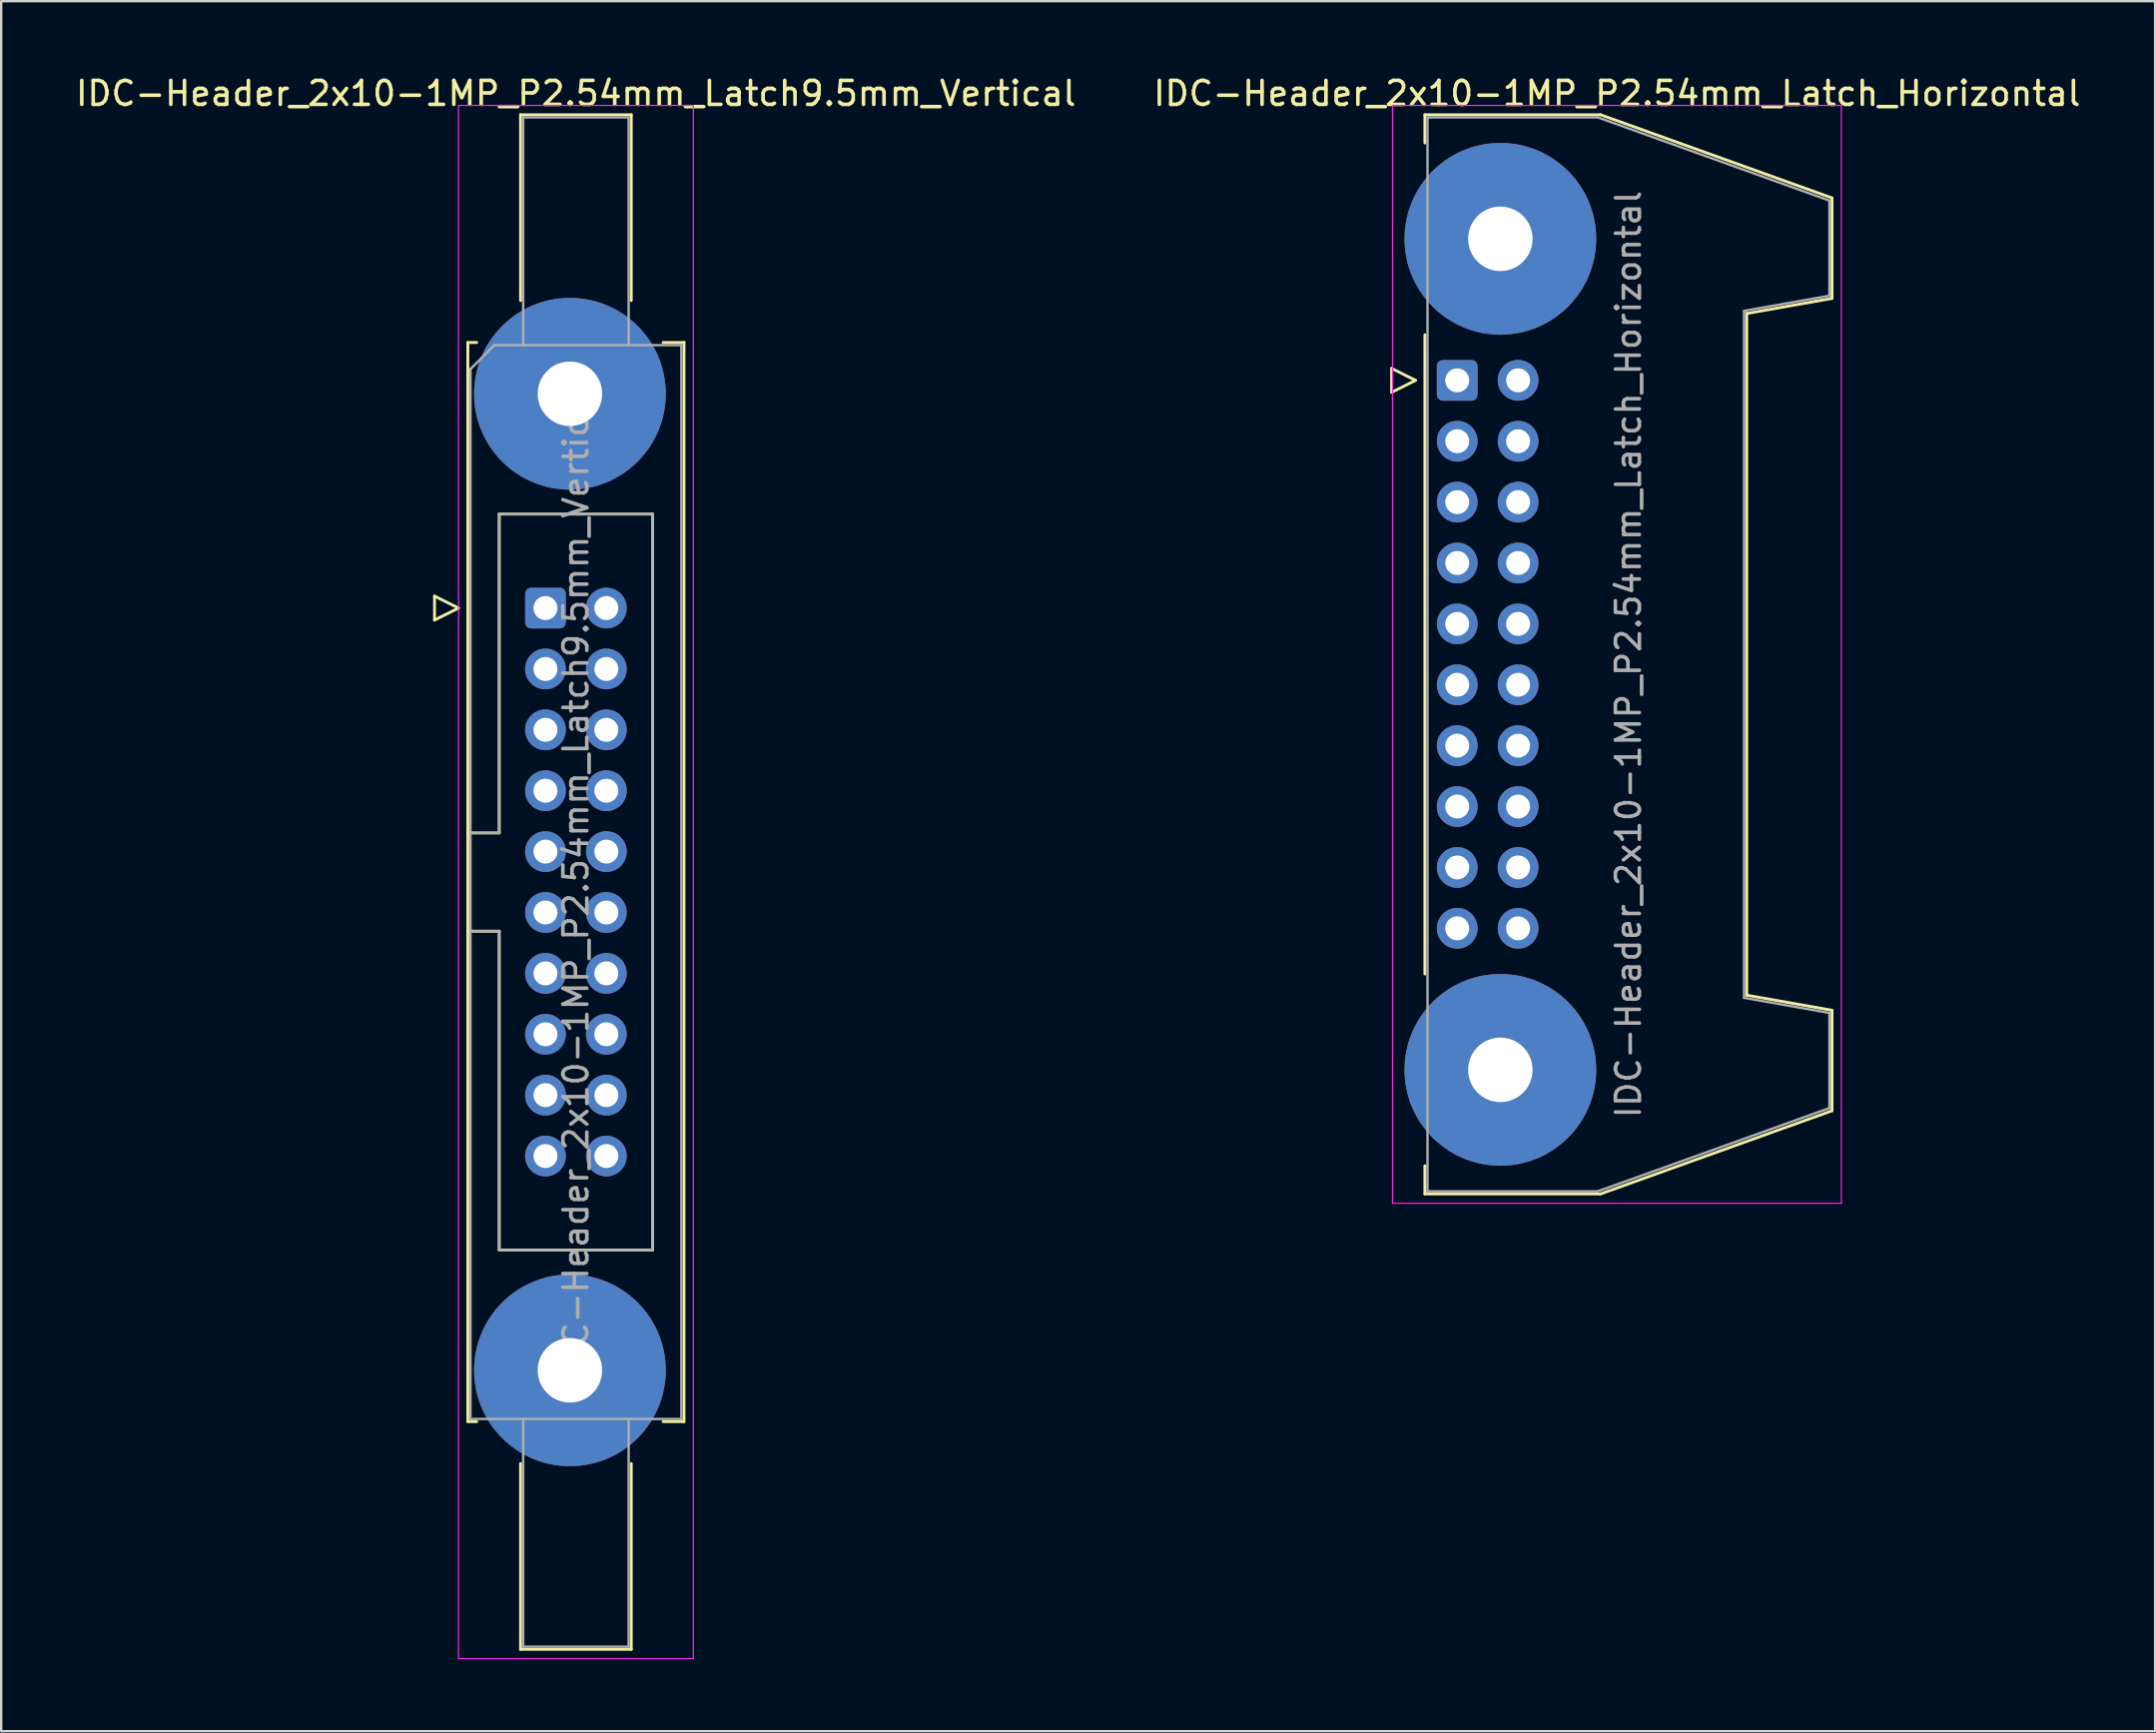
<source format=kicad_pcb>
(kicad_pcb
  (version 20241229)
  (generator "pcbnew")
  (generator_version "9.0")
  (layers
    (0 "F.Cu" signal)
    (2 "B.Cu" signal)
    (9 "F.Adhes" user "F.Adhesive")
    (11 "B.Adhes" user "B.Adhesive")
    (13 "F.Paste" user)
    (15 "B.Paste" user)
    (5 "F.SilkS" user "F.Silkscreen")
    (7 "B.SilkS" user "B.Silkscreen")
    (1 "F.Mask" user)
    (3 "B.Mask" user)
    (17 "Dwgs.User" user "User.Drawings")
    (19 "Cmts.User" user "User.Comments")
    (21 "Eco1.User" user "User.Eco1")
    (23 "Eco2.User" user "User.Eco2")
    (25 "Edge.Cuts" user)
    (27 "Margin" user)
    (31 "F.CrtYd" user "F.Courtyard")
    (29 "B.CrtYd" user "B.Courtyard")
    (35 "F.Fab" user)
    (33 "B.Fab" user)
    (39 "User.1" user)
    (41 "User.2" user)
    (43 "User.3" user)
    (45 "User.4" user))
  (footprint "IDC-Header_2x10-1MP_P2.54mm_Latch_Horizontal"
    (layer "F.Cu")
    (at 57.758 12.818)
    (property "Reference" "IDC-Header_2x10-1MP_P2.54mm_Latch_Horizontal" (at 6.665 -11.97 0) (layer "F.SilkS") (effects (font (size 1 1) (thickness 0.15))))
    (attr through_hole)
    (fp_line (start -2.74 -0.5) (end -2.74 0.5) (stroke (width 0.12) (type solid)) (layer "F.SilkS"))
    (fp_line (start -2.74 0.5) (end -1.74 0) (stroke (width 0.12) (type solid)) (layer "F.SilkS"))
    (fp_line (start -1.74 0) (end -2.74 -0.5) (stroke (width 0.12) (type solid)) (layer "F.SilkS"))
    (fp_line (start -1.35 -11.08) (end -1.35 -9.905) (stroke (width 0.12) (type solid)) (layer "F.SilkS"))
    (fp_line (start -1.35 -11.08) (end 5.98 -11.08) (stroke (width 0.12) (type solid)) (layer "F.SilkS"))
    (fp_line (start -1.35 -1.905) (end -1.35 24.765) (stroke (width 0.12) (type solid)) (layer "F.SilkS"))
    (fp_line (start -1.35 32.765) (end -1.35 33.94) (stroke (width 0.12) (type solid)) (layer "F.SilkS"))
    (fp_line (start 5.98 -11.08) (end 15.64 -7.61) (stroke (width 0.12) (type solid)) (layer "F.SilkS"))
    (fp_line (start 5.98 33.94) (end -1.35 33.94) (stroke (width 0.12) (type solid)) (layer "F.SilkS"))
    (fp_line (start 12.08 -2.79) (end 12.08 25.65) (stroke (width 0.12) (type solid)) (layer "F.SilkS"))
    (fp_line (start 12.08 25.65) (end 15.64 26.28) (stroke (width 0.12) (type solid)) (layer "F.SilkS"))
    (fp_line (start 15.64 -7.61) (end 15.64 -3.42) (stroke (width 0.12) (type solid)) (layer "F.SilkS"))
    (fp_line (start 15.64 -3.42) (end 12.08 -2.79) (stroke (width 0.12) (type solid)) (layer "F.SilkS"))
    (fp_line (start 15.64 26.28) (end 15.64 30.47) (stroke (width 0.12) (type solid)) (layer "F.SilkS"))
    (fp_line (start 15.64 30.47) (end 5.98 33.94) (stroke (width 0.12) (type solid)) (layer "F.SilkS"))
    (fp_line (start -2.7 -11.47) (end -2.7 34.33) (stroke (width 0.05) (type solid)) (layer "F.CrtYd"))
    (fp_line (start -2.7 34.33) (end 16.03 34.33) (stroke (width 0.05) (type solid)) (layer "F.CrtYd"))
    (fp_line (start 16.03 -11.47) (end -2.7 -11.47) (stroke (width 0.05) (type solid)) (layer "F.CrtYd"))
    (fp_line (start 16.03 34.33) (end 16.03 -11.47) (stroke (width 0.05) (type solid)) (layer "F.CrtYd"))
    (fp_line (start -1.24 -10.97) (end 5.87 -10.97) (stroke (width 0.1) (type solid)) (layer "F.Fab"))
    (fp_line (start -1.24 33.83) (end -1.24 -10.97) (stroke (width 0.1) (type solid)) (layer "F.Fab"))
    (fp_line (start 5.87 -10.97) (end 15.53 -7.5) (stroke (width 0.1) (type solid)) (layer "F.Fab"))
    (fp_line (start 5.87 33.83) (end -1.24 33.83) (stroke (width 0.1) (type solid)) (layer "F.Fab"))
    (fp_line (start 11.97 -2.9) (end 11.97 25.76) (stroke (width 0.1) (type solid)) (layer "F.Fab"))
    (fp_line (start 11.97 25.76) (end 15.53 26.39) (stroke (width 0.1) (type solid)) (layer "F.Fab"))
    (fp_line (start 15.53 -7.5) (end 15.53 -3.53) (stroke (width 0.1) (type solid)) (layer "F.Fab"))
    (fp_line (start 15.53 -3.53) (end 11.97 -2.9) (stroke (width 0.1) (type solid)) (layer "F.Fab"))
    (fp_line (start 15.53 26.39) (end 15.53 30.36) (stroke (width 0.1) (type solid)) (layer "F.Fab"))
    (fp_line (start 15.53 30.36) (end 5.87 33.83) (stroke (width 0.1) (type solid)) (layer "F.Fab"))
    (fp_text user "${REFERENCE}" (at 7.145 11.43 90) (layer "F.Fab") (effects (font (size 1 1) (thickness 0.15))))
    (pad "1" thru_hole roundrect (at 0 0) (size 1.7 1.7) (drill 1) (layers "*.Cu" "*.Mask") (roundrect_rratio 0.147))
    (pad "2" thru_hole circle (at 2.54 0) (size 1.7 1.7) (drill 1) (layers "*.Cu" "*.Mask"))
    (pad "3" thru_hole circle (at 0 2.54) (size 1.7 1.7) (drill 1) (layers "*.Cu" "*.Mask"))
    (pad "4" thru_hole circle (at 2.54 2.54) (size 1.7 1.7) (drill 1) (layers "*.Cu" "*.Mask"))
    (pad "5" thru_hole circle (at 0 5.08) (size 1.7 1.7) (drill 1) (layers "*.Cu" "*.Mask"))
    (pad "6" thru_hole circle (at 2.54 5.08) (size 1.7 1.7) (drill 1) (layers "*.Cu" "*.Mask"))
    (pad "7" thru_hole circle (at 0 7.62) (size 1.7 1.7) (drill 1) (layers "*.Cu" "*.Mask"))
    (pad "8" thru_hole circle (at 2.54 7.62) (size 1.7 1.7) (drill 1) (layers "*.Cu" "*.Mask"))
    (pad "9" thru_hole circle (at 0 10.16) (size 1.7 1.7) (drill 1) (layers "*.Cu" "*.Mask"))
    (pad "10" thru_hole circle (at 2.54 10.16) (size 1.7 1.7) (drill 1) (layers "*.Cu" "*.Mask"))
    (pad "11" thru_hole circle (at 0 12.7) (size 1.7 1.7) (drill 1) (layers "*.Cu" "*.Mask"))
    (pad "12" thru_hole circle (at 2.54 12.7) (size 1.7 1.7) (drill 1) (layers "*.Cu" "*.Mask"))
    (pad "13" thru_hole circle (at 0 15.24) (size 1.7 1.7) (drill 1) (layers "*.Cu" "*.Mask"))
    (pad "14" thru_hole circle (at 2.54 15.24) (size 1.7 1.7) (drill 1) (layers "*.Cu" "*.Mask"))
    (pad "15" thru_hole circle (at 0 17.78) (size 1.7 1.7) (drill 1) (layers "*.Cu" "*.Mask"))
    (pad "16" thru_hole circle (at 2.54 17.78) (size 1.7 1.7) (drill 1) (layers "*.Cu" "*.Mask"))
    (pad "17" thru_hole circle (at 0 20.32) (size 1.7 1.7) (drill 1) (layers "*.Cu" "*.Mask"))
    (pad "18" thru_hole circle (at 2.54 20.32) (size 1.7 1.7) (drill 1) (layers "*.Cu" "*.Mask"))
    (pad "19" thru_hole circle (at 0 22.86) (size 1.7 1.7) (drill 1) (layers "*.Cu" "*.Mask"))
    (pad "20" thru_hole circle (at 2.54 22.86) (size 1.7 1.7) (drill 1) (layers "*.Cu" "*.Mask"))
    (pad "MP" thru_hole circle (at 1.8 -5.905) (size 8 8) (drill 2.69) (layers "*.Cu" "*.Mask"))
    (pad "MP" thru_hole circle (at 1.8 28.765) (size 8 8) (drill 2.69) (layers "*.Cu" "*.Mask")))
  (footprint "IDC-Header_2x10-1MP_P2.54mm_Latch9.5mm_Vertical"
    (layer "F.Cu")
    (at 19.712 22.318)
    (property "Reference" "IDC-Header_2x10-1MP_P2.54mm_Latch9.5mm_Vertical" (at 1.27 -21.47 0) (layer "F.SilkS") (effects (font (size 1 1) (thickness 0.15))))
    (attr through_hole)
    (fp_line (start -4.63 -0.5) (end -4.63 0.5) (stroke (width 0.12) (type solid)) (layer "F.SilkS"))
    (fp_line (start -4.63 0.5) (end -3.63 0) (stroke (width 0.12) (type solid)) (layer "F.SilkS"))
    (fp_line (start -3.63 0) (end -4.63 -0.5) (stroke (width 0.12) (type solid)) (layer "F.SilkS"))
    (fp_line (start -3.24 -11.08) (end -3.24 33.94) (stroke (width 0.12) (type solid)) (layer "F.SilkS"))
    (fp_line (start -3.24 9.38) (end -1.93 9.38) (stroke (width 0.12) (type solid)) (layer "F.SilkS"))
    (fp_line (start -3.24 33.94) (end -2.87 33.94) (stroke (width 0.12) (type solid)) (layer "F.SilkS"))
    (fp_line (start -2.87 -11.08) (end -3.24 -11.08) (stroke (width 0.12) (type solid)) (layer "F.SilkS"))
    (fp_line (start -1.93 -3.92) (end 4.47 -3.92) (stroke (width 0.12) (type solid)) (layer "F.SilkS"))
    (fp_line (start -1.93 9.38) (end -1.93 -3.92) (stroke (width 0.12) (type solid)) (layer "F.SilkS"))
    (fp_line (start -1.93 13.48) (end -3.24 13.48) (stroke (width 0.12) (type solid)) (layer "F.SilkS"))
    (fp_line (start -1.93 13.48) (end -1.93 13.48) (stroke (width 0.12) (type solid)) (layer "F.SilkS"))
    (fp_line (start -1.93 26.78) (end -1.93 13.48) (stroke (width 0.12) (type solid)) (layer "F.SilkS"))
    (fp_line (start -1.04 -20.58) (end 3.58 -20.58) (stroke (width 0.12) (type solid)) (layer "F.SilkS"))
    (fp_line (start -1.04 -12.83) (end -1.04 -20.58) (stroke (width 0.12) (type solid)) (layer "F.SilkS"))
    (fp_line (start -1.04 35.69) (end -1.04 43.44) (stroke (width 0.12) (type solid)) (layer "F.SilkS"))
    (fp_line (start -1.04 43.44) (end 3.58 43.44) (stroke (width 0.12) (type solid)) (layer "F.SilkS"))
    (fp_line (start 3.58 -20.58) (end 3.58 -12.83) (stroke (width 0.12) (type solid)) (layer "F.SilkS"))
    (fp_line (start 3.58 43.44) (end 3.58 35.69) (stroke (width 0.12) (type solid)) (layer "F.SilkS"))
    (fp_line (start 4.47 -3.92) (end 4.47 26.78) (stroke (width 0.12) (type solid)) (layer "F.SilkS"))
    (fp_line (start 4.47 26.78) (end -1.93 26.78) (stroke (width 0.12) (type solid)) (layer "F.SilkS"))
    (fp_line (start 4.91 -11.08) (end 5.78 -11.08) (stroke (width 0.12) (type solid)) (layer "F.SilkS"))
    (fp_line (start 5.78 -11.08) (end 5.78 33.94) (stroke (width 0.12) (type solid)) (layer "F.SilkS"))
    (fp_line (start 5.78 33.94) (end 4.91 33.94) (stroke (width 0.12) (type solid)) (layer "F.SilkS"))
    (fp_line (start -3.63 -20.97) (end -3.63 43.83) (stroke (width 0.05) (type solid)) (layer "F.CrtYd"))
    (fp_line (start -3.63 43.83) (end 6.17 43.83) (stroke (width 0.05) (type solid)) (layer "F.CrtYd"))
    (fp_line (start 6.17 -20.97) (end -3.63 -20.97) (stroke (width 0.05) (type solid)) (layer "F.CrtYd"))
    (fp_line (start 6.17 43.83) (end 6.17 -20.97) (stroke (width 0.05) (type solid)) (layer "F.CrtYd"))
    (fp_line (start -3.13 -9.97) (end -2.13 -10.97) (stroke (width 0.1) (type solid)) (layer "F.Fab"))
    (fp_line (start -3.13 9.38) (end -1.93 9.38) (stroke (width 0.1) (type solid)) (layer "F.Fab"))
    (fp_line (start -3.13 33.83) (end -3.13 -9.97) (stroke (width 0.1) (type solid)) (layer "F.Fab"))
    (fp_line (start -2.13 -10.97) (end 5.67 -10.97) (stroke (width 0.1) (type solid)) (layer "F.Fab"))
    (fp_line (start -1.93 -3.92) (end 4.47 -3.92) (stroke (width 0.1) (type solid)) (layer "F.Fab"))
    (fp_line (start -1.93 9.38) (end -1.93 -3.92) (stroke (width 0.1) (type solid)) (layer "F.Fab"))
    (fp_line (start -1.93 13.48) (end -3.13 13.48) (stroke (width 0.1) (type solid)) (layer "F.Fab"))
    (fp_line (start -1.93 13.48) (end -1.93 13.48) (stroke (width 0.1) (type solid)) (layer "F.Fab"))
    (fp_line (start -1.93 26.78) (end -1.93 13.48) (stroke (width 0.1) (type solid)) (layer "F.Fab"))
    (fp_line (start -0.93 -20.47) (end 3.47 -20.47) (stroke (width 0.1) (type solid)) (layer "F.Fab"))
    (fp_line (start -0.93 -10.97) (end -0.93 -20.47) (stroke (width 0.1) (type solid)) (layer "F.Fab"))
    (fp_line (start -0.93 33.83) (end -0.93 43.33) (stroke (width 0.1) (type solid)) (layer "F.Fab"))
    (fp_line (start -0.93 43.33) (end 3.47 43.33) (stroke (width 0.1) (type solid)) (layer "F.Fab"))
    (fp_line (start 3.47 -20.47) (end 3.47 -10.97) (stroke (width 0.1) (type solid)) (layer "F.Fab"))
    (fp_line (start 3.47 43.33) (end 3.47 33.83) (stroke (width 0.1) (type solid)) (layer "F.Fab"))
    (fp_line (start 4.47 -3.92) (end 4.47 26.78) (stroke (width 0.1) (type solid)) (layer "F.Fab"))
    (fp_line (start 4.47 26.78) (end -1.93 26.78) (stroke (width 0.1) (type solid)) (layer "F.Fab"))
    (fp_line (start 5.67 -10.97) (end 5.67 33.83) (stroke (width 0.1) (type solid)) (layer "F.Fab"))
    (fp_line (start 5.67 33.83) (end -3.13 33.83) (stroke (width 0.1) (type solid)) (layer "F.Fab"))
    (fp_text user "${REFERENCE}" (at 1.27 11.43 90) (layer "F.Fab") (effects (font (size 1 1) (thickness 0.15))))
    (pad "1" thru_hole roundrect (at 0 0) (size 1.7 1.7) (drill 1) (layers "*.Cu" "*.Mask") (roundrect_rratio 0.147))
    (pad "2" thru_hole circle (at 2.54 0) (size 1.7 1.7) (drill 1) (layers "*.Cu" "*.Mask"))
    (pad "3" thru_hole circle (at 0 2.54) (size 1.7 1.7) (drill 1) (layers "*.Cu" "*.Mask"))
    (pad "4" thru_hole circle (at 2.54 2.54) (size 1.7 1.7) (drill 1) (layers "*.Cu" "*.Mask"))
    (pad "5" thru_hole circle (at 0 5.08) (size 1.7 1.7) (drill 1) (layers "*.Cu" "*.Mask"))
    (pad "6" thru_hole circle (at 2.54 5.08) (size 1.7 1.7) (drill 1) (layers "*.Cu" "*.Mask"))
    (pad "7" thru_hole circle (at 0 7.62) (size 1.7 1.7) (drill 1) (layers "*.Cu" "*.Mask"))
    (pad "8" thru_hole circle (at 2.54 7.62) (size 1.7 1.7) (drill 1) (layers "*.Cu" "*.Mask"))
    (pad "9" thru_hole circle (at 0 10.16) (size 1.7 1.7) (drill 1) (layers "*.Cu" "*.Mask"))
    (pad "10" thru_hole circle (at 2.54 10.16) (size 1.7 1.7) (drill 1) (layers "*.Cu" "*.Mask"))
    (pad "11" thru_hole circle (at 0 12.7) (size 1.7 1.7) (drill 1) (layers "*.Cu" "*.Mask"))
    (pad "12" thru_hole circle (at 2.54 12.7) (size 1.7 1.7) (drill 1) (layers "*.Cu" "*.Mask"))
    (pad "13" thru_hole circle (at 0 15.24) (size 1.7 1.7) (drill 1) (layers "*.Cu" "*.Mask"))
    (pad "14" thru_hole circle (at 2.54 15.24) (size 1.7 1.7) (drill 1) (layers "*.Cu" "*.Mask"))
    (pad "15" thru_hole circle (at 0 17.78) (size 1.7 1.7) (drill 1) (layers "*.Cu" "*.Mask"))
    (pad "16" thru_hole circle (at 2.54 17.78) (size 1.7 1.7) (drill 1) (layers "*.Cu" "*.Mask"))
    (pad "17" thru_hole circle (at 0 20.32) (size 1.7 1.7) (drill 1) (layers "*.Cu" "*.Mask"))
    (pad "18" thru_hole circle (at 2.54 20.32) (size 1.7 1.7) (drill 1) (layers "*.Cu" "*.Mask"))
    (pad "19" thru_hole circle (at 0 22.86) (size 1.7 1.7) (drill 1) (layers "*.Cu" "*.Mask"))
    (pad "20" thru_hole circle (at 2.54 22.86) (size 1.7 1.7) (drill 1) (layers "*.Cu" "*.Mask"))
    (pad "MP" thru_hole circle (at 1.02 -8.94) (size 8 8) (drill 2.69) (layers "*.Cu" "*.Mask"))
    (pad "MP" thru_hole circle (at 1.02 31.8) (size 8 8) (drill 2.69) (layers "*.Cu" "*.Mask")))
  (gr_rect
    (start -3 -3)
    (end 86.881 69.173)
    (stroke (width 0.1) (type default))
    (fill no)
    (layer "Edge.Cuts")))
</source>
